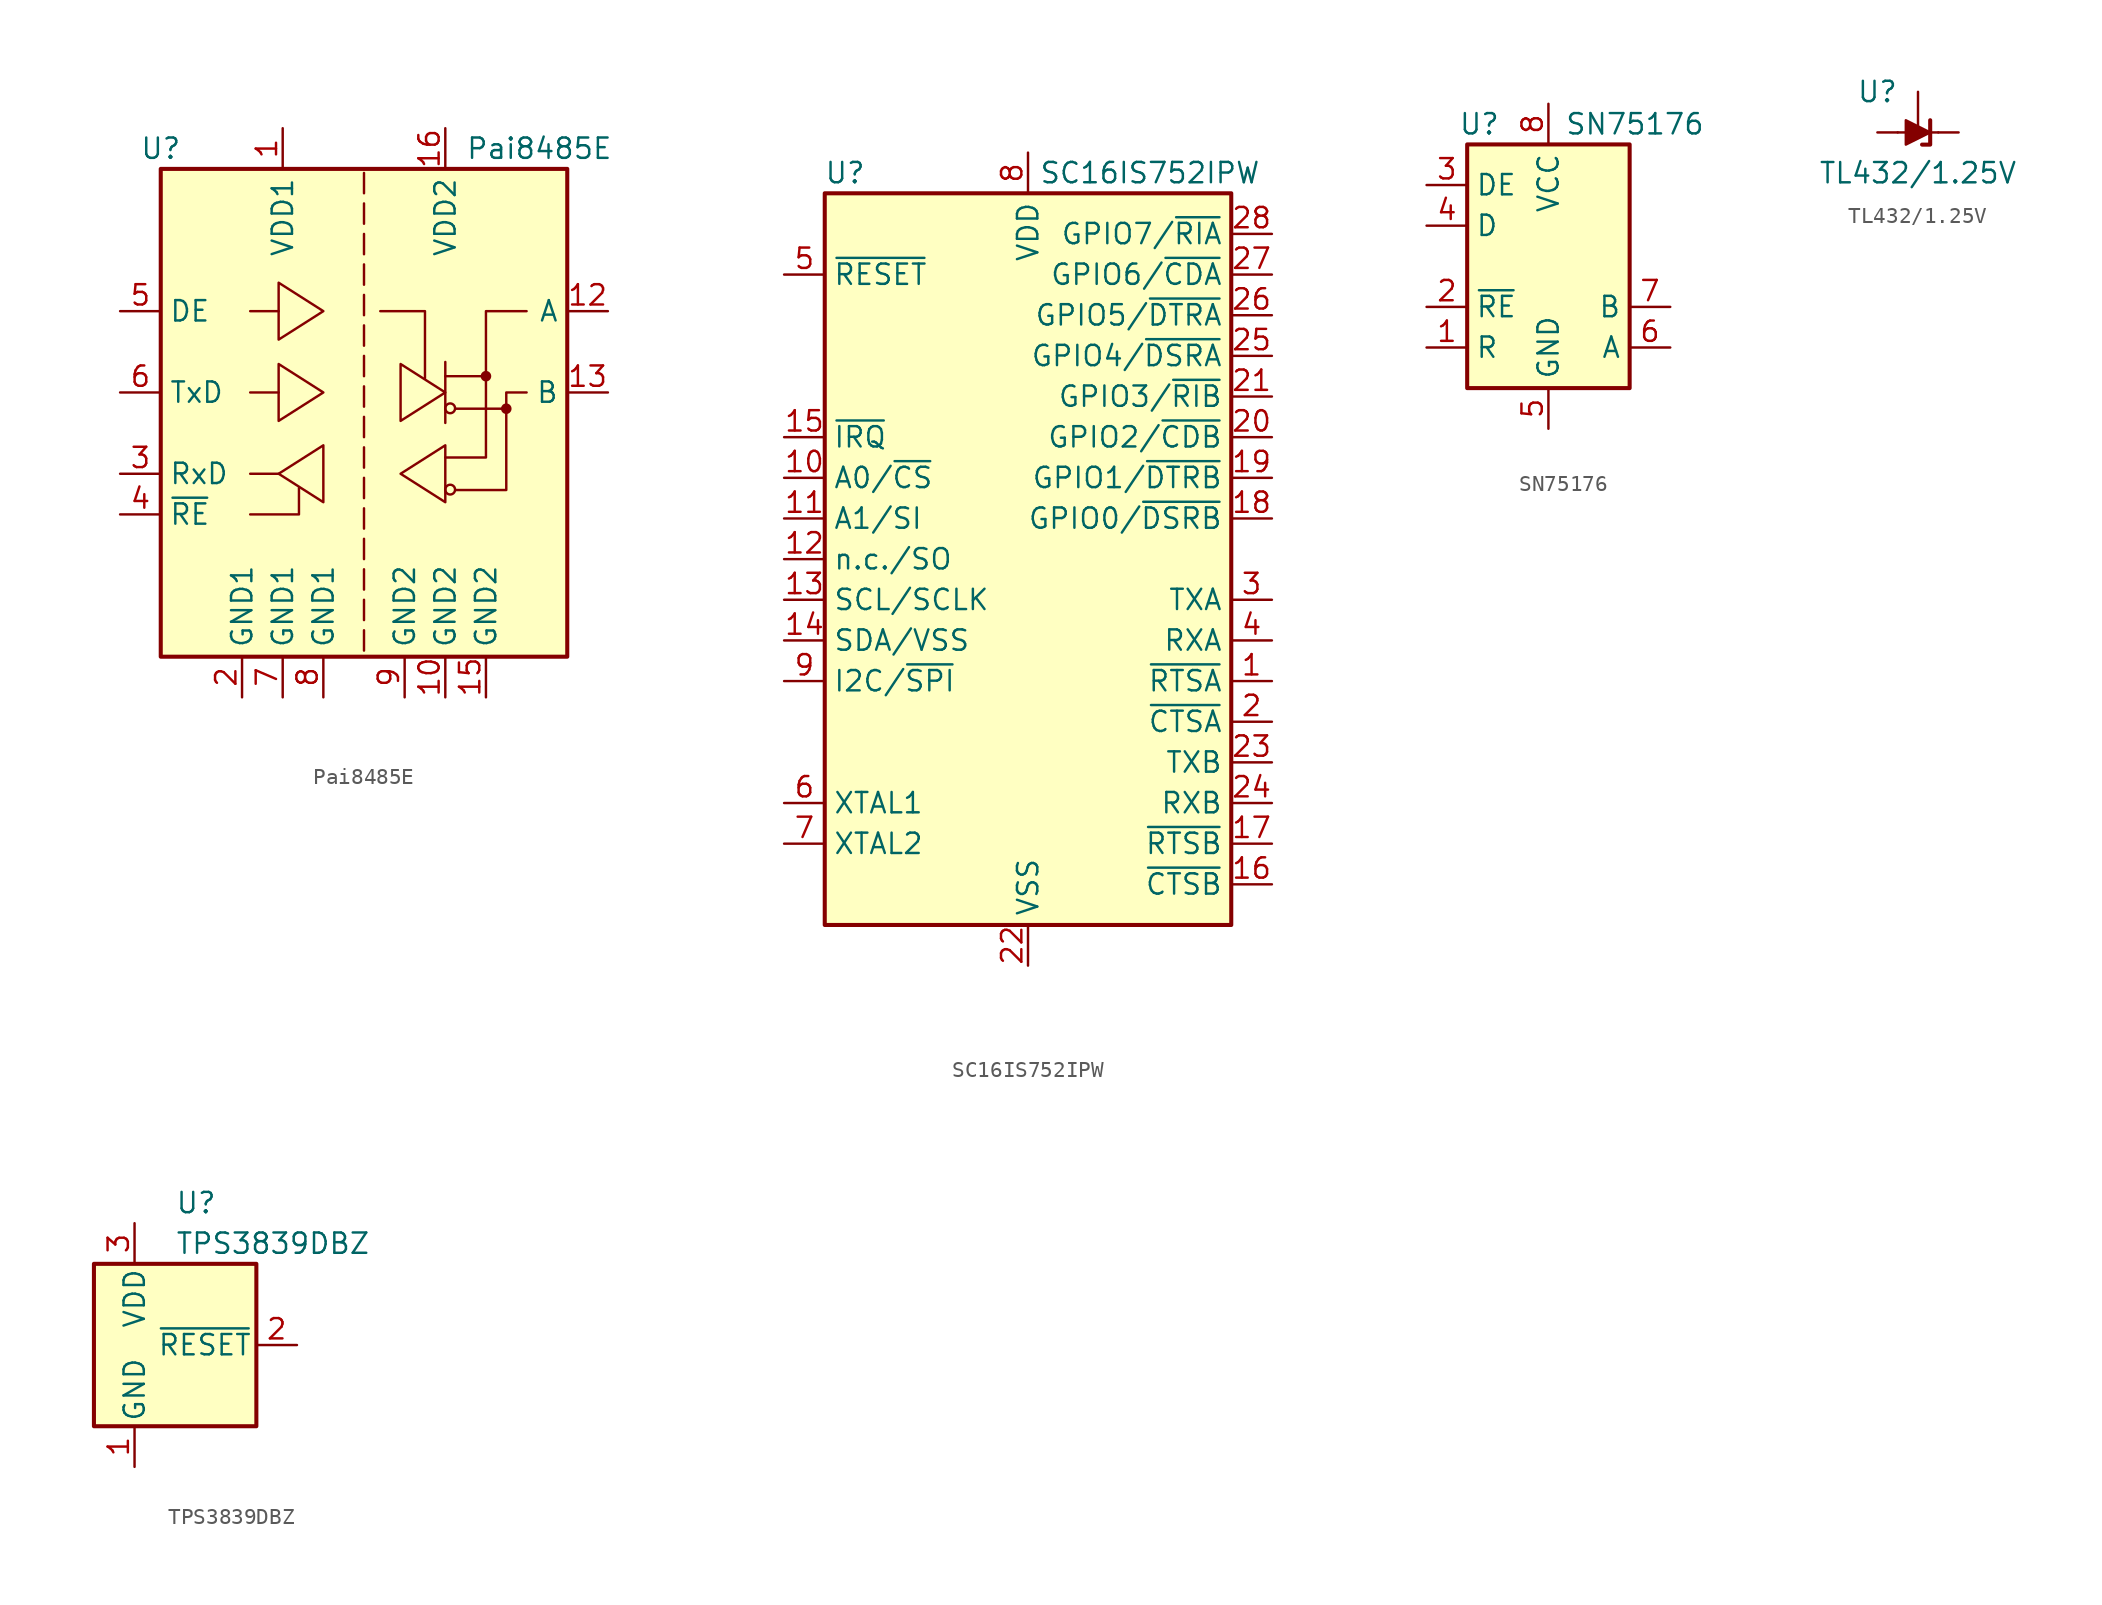
<source format=kicad_sym>
(kicad_symbol_lib
  (version 20241209)
  (generator "kicad_symbol_editor")
  (generator_version "9.0")
  (symbol "Pai8485E"
    (property "Reference" "U"
      (at -12.7 16.51 0)
      (effects (font (size 1.27 1.27))))
    (property "Value" "Pai8485E"
      (at 6.35 16.51 0)
      (effects (font (size 1.27 1.27)) (justify left)))
    (symbol "Pai8485E_0_0"
      (polyline (pts (xy 0 14.986) (xy 0 13.716)) (stroke (width 0) (type default)) (fill (type none)))
      (polyline (pts (xy 0 13.081) (xy 0 11.811)) (stroke (width 0) (type default)) (fill (type none)))
      (polyline (pts (xy 0 11.176) (xy 0 9.906)) (stroke (width 0) (type default)) (fill (type none)))
      (polyline (pts (xy 0 9.271) (xy 0 8.001)) (stroke (width 0) (type default)) (fill (type none)))
      (polyline (pts (xy 0 7.366) (xy 0 6.096)) (stroke (width 0) (type default)) (fill (type none)))
      (polyline (pts (xy 0 5.461) (xy 0 4.191)) (stroke (width 0) (type default)) (fill (type none)))
      (polyline (pts (xy 0 3.556) (xy 0 2.286)) (stroke (width 0) (type default)) (fill (type none)))
      (polyline (pts (xy 0 1.651) (xy 0 0.381)) (stroke (width 0) (type default)) (fill (type none)))
      (polyline (pts (xy 0 -0.254) (xy 0 -1.524)) (stroke (width 0) (type default)) (fill (type none)))
      (polyline (pts (xy 0 -2.159) (xy 0 -3.429)) (stroke (width 0) (type default)) (fill (type none)))
      (polyline (pts (xy 0 -4.064) (xy 0 -5.334)) (stroke (width 0) (type default)) (fill (type none)))
      (polyline (pts (xy 0 -5.969) (xy 0 -7.239)) (stroke (width 0) (type default)) (fill (type none)))
      (polyline (pts (xy 0 -7.874) (xy 0 -9.144)) (stroke (width 0) (type default)) (fill (type none)))
      (polyline (pts (xy 0 -9.779) (xy 0 -11.049)) (stroke (width 0) (type default)) (fill (type none)))
      (polyline (pts (xy 0 -11.684) (xy 0 -12.954)) (stroke (width 0) (type default)) (fill (type none)))
      (polyline (pts (xy 0 -13.589) (xy 0 -14.859)) (stroke (width 0) (type default)) (fill (type none))))
    (symbol "Pai8485E_0_1"
      (rectangle (start -12.7 15.24) (end 12.7 -15.24) (stroke (width 0.254) (type default)) (fill (type background)))
      (polyline (pts (xy -7.112 -6.35) (xy -4.064 -6.35) (xy -4.064 -4.699)) (stroke (width 0) (type default)) (fill (type none)))
      (polyline (pts (xy -5.334 6.35) (xy -7.112 6.35)) (stroke (width 0) (type default)) (fill (type none)))
      (polyline (pts (xy -5.334 1.27) (xy -7.112 1.27)) (stroke (width 0) (type default)) (fill (type none)))
      (polyline (pts (xy -5.334 -3.81) (xy -7.112 -3.81)) (stroke (width 0) (type default)) (fill (type none)))
      (polyline (pts (xy -5.334 -3.81) (xy -2.54 -2.032) (xy -2.54 -5.588) (xy -5.334 -3.81)) (stroke (width 0) (type default)) (fill (type none)))
      (polyline (pts (xy -2.54 6.35) (xy -5.334 8.128) (xy -5.334 4.572) (xy -2.54 6.35)) (stroke (width 0) (type default)) (fill (type none)))
      (polyline (pts (xy -2.54 1.27) (xy -5.334 3.048) (xy -5.334 -0.508) (xy -2.54 1.27)) (stroke (width 0) (type default)) (fill (type none)))
      (polyline (pts (xy 1.016 6.35) (xy 3.81 6.35) (xy 3.81 2.159)) (stroke (width 0) (type default)) (fill (type none)))
      (polyline (pts (xy 2.286 -3.81) (xy 5.08 -2.032) (xy 5.08 -5.588) (xy 2.286 -3.81)) (stroke (width 0) (type default)) (fill (type none)))
      (polyline (pts (xy 5.08 3.175) (xy 5.08 -0.635)) (stroke (width 0) (type default)) (fill (type none)))
      (polyline (pts (xy 5.08 2.286) (xy 7.62 2.286)) (stroke (width 0) (type default)) (fill (type none)))
      (polyline (pts (xy 5.08 1.27) (xy 2.286 3.048) (xy 2.286 -0.508) (xy 5.08 1.27)) (stroke (width 0) (type default)) (fill (type none)))
      (polyline (pts (xy 5.08 -2.794) (xy 7.62 -2.794) (xy 7.62 6.35) (xy 10.16 6.35)) (stroke (width 0) (type default)) (fill (type none)))
      (circle (center 5.385 0.279) (radius 0.305) (stroke (width 0) (type default)) (fill (type none)))
      (circle (center 5.385 -4.801) (radius 0.305) (stroke (width 0) (type default)) (fill (type none)))
      (polyline (pts (xy 5.715 0.254) (xy 8.89 0.254)) (stroke (width 0) (type default)) (fill (type none)))
      (polyline (pts (xy 5.715 -4.826) (xy 8.89 -4.826) (xy 8.89 1.27) (xy 10.16 1.27)) (stroke (width 0) (type default)) (fill (type none)))
      (circle (center 7.62 2.286) (radius 0.254) (stroke (width 0) (type default)) (fill (type outline)))
      (circle (center 8.89 0.254) (radius 0.254) (stroke (width 0) (type default)) (fill (type outline))))
    (symbol "Pai8485E_1_1"
      (pin input line (at -15.24 6.35 0) (length 2.54) (name "DE" (effects (font (size 1.27 1.27)))) (number "5" (effects (font (size 1.27 1.27)))))
      (pin input line (at -15.24 1.27 0) (length 2.54) (name "TxD" (effects (font (size 1.27 1.27)))) (number "6" (effects (font (size 1.27 1.27)))))
      (pin output line (at -15.24 -3.81 0) (length 2.54) (name "RxD" (effects (font (size 1.27 1.27)))) (number "3" (effects (font (size 1.27 1.27)))))
      (pin input line (at -15.24 -6.35 0) (length 2.54) (name "~{RE}" (effects (font (size 1.27 1.27)))) (number "4" (effects (font (size 1.27 1.27)))))
      (pin power_in line (at -7.62 -17.78 90) (length 2.54) (name "GND1" (effects (font (size 1.27 1.27)))) (number "2" (effects (font (size 1.27 1.27)))))
      (pin power_in line (at -5.08 17.78 270) (length 2.54) (name "VDD1" (effects (font (size 1.27 1.27)))) (number "1" (effects (font (size 1.27 1.27)))))
      (pin passive line (at -5.08 -17.78 90) (length 2.54) (name "GND1" (effects (font (size 1.27 1.27)))) (number "7" (effects (font (size 1.27 1.27)))))
      (pin passive line (at -2.54 -17.78 90) (length 2.54) (name "GND1" (effects (font (size 1.27 1.27)))) (number "8" (effects (font (size 1.27 1.27)))))
      (pin passive line (at 2.54 -17.78 90) (length 2.54) (name "GND2" (effects (font (size 1.27 1.27)))) (number "9" (effects (font (size 1.27 1.27)))))
      (pin power_in line (at 5.08 17.78 270) (length 2.54) (name "VDD2" (effects (font (size 1.27 1.27)))) (number "16" (effects (font (size 1.27 1.27)))))
      (pin passive line (at 5.08 -17.78 90) (length 2.54) (name "GND2" (effects (font (size 1.27 1.27)))) (number "10" (effects (font (size 1.27 1.27)))))
      (pin power_in line (at 7.62 -17.78 90) (length 2.54) (name "GND2" (effects (font (size 1.27 1.27)))) (number "15" (effects (font (size 1.27 1.27)))))
      (pin bidirectional line (at 15.24 6.35 180) (length 2.54) (name "A" (effects (font (size 1.27 1.27)))) (number "12" (effects (font (size 1.27 1.27)))))
      (pin bidirectional line (at 15.24 1.27 180) (length 2.54) (name "B" (effects (font (size 1.27 1.27)))) (number "13" (effects (font (size 1.27 1.27)))))))
  (symbol "SC16IS752IPW"
    (property "Reference" "U"
      (at -11.43 24.13 0)
      (effects (font (size 1.27 1.27))))
    (property "Value" "SC16IS752IPW"
      (at 7.62 24.13 0)
      (effects (font (size 1.27 1.27))))
    (symbol "SC16IS752IPW_0_1"
      (rectangle (start -12.7 22.86) (end 12.7 -22.86) (stroke (width 0.254) (type default)) (fill (type background))))
    (symbol "SC16IS752IPW_1_1"
      (pin input line (at -15.24 17.78 0) (length 2.54) (name "~{RESET}" (effects (font (size 1.27 1.27)))) (number "5" (effects (font (size 1.27 1.27)))))
      (pin open_collector line (at -15.24 7.62 0) (length 2.54) (name "~{IRQ}" (effects (font (size 1.27 1.27)))) (number "15" (effects (font (size 1.27 1.27)))))
      (pin input line (at -15.24 5.08 0) (length 2.54) (name "A0/~{CS}" (effects (font (size 1.27 1.27)))) (number "10" (effects (font (size 1.27 1.27)))))
      (pin input line (at -15.24 2.54 0) (length 2.54) (name "A1/SI" (effects (font (size 1.27 1.27)))) (number "11" (effects (font (size 1.27 1.27)))))
      (pin output line (at -15.24 0 0) (length 2.54) (name "n.c./SO" (effects (font (size 1.27 1.27)))) (number "12" (effects (font (size 1.27 1.27)))))
      (pin input line (at -15.24 -2.54 0) (length 2.54) (name "SCL/SCLK" (effects (font (size 1.27 1.27)))) (number "13" (effects (font (size 1.27 1.27)))))
      (pin bidirectional line (at -15.24 -5.08 0) (length 2.54) (name "SDA/VSS" (effects (font (size 1.27 1.27)))) (number "14" (effects (font (size 1.27 1.27)))))
      (pin input line (at -15.24 -7.62 0) (length 2.54) (name "I2C/~{SPI}" (effects (font (size 1.27 1.27)))) (number "9" (effects (font (size 1.27 1.27)))))
      (pin input line (at -15.24 -15.24 0) (length 2.54) (name "XTAL1" (effects (font (size 1.27 1.27)))) (number "6" (effects (font (size 1.27 1.27)))))
      (pin output line (at -15.24 -17.78 0) (length 2.54) (name "XTAL2" (effects (font (size 1.27 1.27)))) (number "7" (effects (font (size 1.27 1.27)))))
      (pin power_in line (at 0 25.4 270) (length 2.54) (name "VDD" (effects (font (size 1.27 1.27)))) (number "8" (effects (font (size 1.27 1.27)))))
      (pin power_in line (at 0 -25.4 90) (length 2.54) (name "VSS" (effects (font (size 1.27 1.27)))) (number "22" (effects (font (size 1.27 1.27)))))
      (pin bidirectional line (at 15.24 20.32 180) (length 2.54) (name "GPIO7/~{RIA}" (effects (font (size 1.27 1.27)))) (number "28" (effects (font (size 1.27 1.27)))))
      (pin bidirectional line (at 15.24 17.78 180) (length 2.54) (name "GPIO6/~{CDA}" (effects (font (size 1.27 1.27)))) (number "27" (effects (font (size 1.27 1.27)))))
      (pin bidirectional line (at 15.24 15.24 180) (length 2.54) (name "GPIO5/~{DTRA}" (effects (font (size 1.27 1.27)))) (number "26" (effects (font (size 1.27 1.27)))))
      (pin bidirectional line (at 15.24 12.7 180) (length 2.54) (name "GPIO4/~{DSRA}" (effects (font (size 1.27 1.27)))) (number "25" (effects (font (size 1.27 1.27)))))
      (pin bidirectional line (at 15.24 10.16 180) (length 2.54) (name "GPIO3/~{RIB}" (effects (font (size 1.27 1.27)))) (number "21" (effects (font (size 1.27 1.27)))))
      (pin bidirectional line (at 15.24 7.62 180) (length 2.54) (name "GPIO2/~{CDB}" (effects (font (size 1.27 1.27)))) (number "20" (effects (font (size 1.27 1.27)))))
      (pin bidirectional line (at 15.24 5.08 180) (length 2.54) (name "GPIO1/~{DTRB}" (effects (font (size 1.27 1.27)))) (number "19" (effects (font (size 1.27 1.27)))))
      (pin bidirectional line (at 15.24 2.54 180) (length 2.54) (name "GPIO0/~{DSRB}" (effects (font (size 1.27 1.27)))) (number "18" (effects (font (size 1.27 1.27)))))
      (pin output line (at 15.24 -2.54 180) (length 2.54) (name "TXA" (effects (font (size 1.27 1.27)))) (number "3" (effects (font (size 1.27 1.27)))))
      (pin input line (at 15.24 -5.08 180) (length 2.54) (name "RXA" (effects (font (size 1.27 1.27)))) (number "4" (effects (font (size 1.27 1.27)))))
      (pin output line (at 15.24 -7.62 180) (length 2.54) (name "~{RTSA}" (effects (font (size 1.27 1.27)))) (number "1" (effects (font (size 1.27 1.27)))))
      (pin input line (at 15.24 -10.16 180) (length 2.54) (name "~{CTSA}" (effects (font (size 1.27 1.27)))) (number "2" (effects (font (size 1.27 1.27)))))
      (pin output line (at 15.24 -12.7 180) (length 2.54) (name "TXB" (effects (font (size 1.27 1.27)))) (number "23" (effects (font (size 1.27 1.27)))))
      (pin input line (at 15.24 -15.24 180) (length 2.54) (name "RXB" (effects (font (size 1.27 1.27)))) (number "24" (effects (font (size 1.27 1.27)))))
      (pin output line (at 15.24 -17.78 180) (length 2.54) (name "~{RTSB}" (effects (font (size 1.27 1.27)))) (number "17" (effects (font (size 1.27 1.27)))))
      (pin input line (at 15.24 -20.32 180) (length 2.54) (name "~{CTSB}" (effects (font (size 1.27 1.27)))) (number "16" (effects (font (size 1.27 1.27)))))))
  (symbol "SN75176"
    (property "Reference" "U"
      (at -4.318 8.89 0)
      (effects (font (size 1.27 1.27))))
    (property "Value" "SN75176"
      (at 1.016 8.89 0)
      (effects (font (size 1.27 1.27)) (justify left)))
    (symbol "SN75176_0_1"
      (rectangle (start -5.08 7.62) (end 5.08 -7.62) (stroke (width 0.254) (type default)) (fill (type background))))
    (symbol "SN75176_1_1"
      (pin input line (at -7.62 5.08 0) (length 2.54) (name "DE" (effects (font (size 1.27 1.27)))) (number "3" (effects (font (size 1.27 1.27)))))
      (pin input line (at -7.62 2.54 0) (length 2.54) (name "D" (effects (font (size 1.27 1.27)))) (number "4" (effects (font (size 1.27 1.27)))))
      (pin input line (at -7.62 -2.54 0) (length 2.54) (name "~{RE}" (effects (font (size 1.27 1.27)))) (number "2" (effects (font (size 1.27 1.27)))))
      (pin output line (at -7.62 -5.08 0) (length 2.54) (name "R" (effects (font (size 1.27 1.27)))) (number "1" (effects (font (size 1.27 1.27)))))
      (pin power_in line (at 0 10.16 270) (length 2.54) (name "VCC" (effects (font (size 1.27 1.27)))) (number "8" (effects (font (size 1.27 1.27)))))
      (pin power_in line (at 0 -10.16 90) (length 2.54) (name "GND" (effects (font (size 1.27 1.27)))) (number "5" (effects (font (size 1.27 1.27)))))
      (pin bidirectional line (at 7.62 -2.54 180) (length 2.54) (name "B" (effects (font (size 1.27 1.27)))) (number "7" (effects (font (size 1.27 1.27)))))
      (pin bidirectional line (at 7.62 -5.08 180) (length 2.54) (name "A" (effects (font (size 1.27 1.27)))) (number "6" (effects (font (size 1.27 1.27)))))))
  (symbol "TL432/1.25V"
    (pin_numbers
      (hide yes))
    (pin_names
      (hide yes))
    (property "Reference" "U"
      (at -2.54 2.54 0)
      (effects (font (size 1.27 1.27))))
    (property "Value" "TL432/1.25V"
      (at 0 -2.54 0)
      (effects (font (size 1.27 1.27))))
    (symbol "TL432/1.25V_0_1"
      (polyline (pts (xy -1.27 0) (xy 0 0) (xy 1.27 0)) (stroke (width 0) (type default)) (fill (type none)))
      (polyline (pts (xy -0.762 -0.762) (xy -0.762 0.762) (xy 0.762 0) (xy -0.762 -0.762)) (stroke (width 0) (type default)) (fill (type outline)))
      (polyline (pts (xy 0.254 -0.762) (xy 0.762 -0.762) (xy 0.762 0.762) (xy 0.762 0.762)) (stroke (width 0.254) (type default)) (fill (type none))))
    (symbol "TL432/1.25V_1_1"
      (pin passive line (at -2.54 0 0) (length 1.27) (name "A" (effects (font (size 1.27 1.27)))) (number "3" (effects (font (size 1.27 1.27)))))
      (pin passive line (at 0 2.54 270) (length 2.54) (name "REF" (effects (font (size 1.27 1.27)))) (number "1" (effects (font (size 1.27 1.27)))))
      (pin passive line (at 2.54 0 180) (length 1.27) (name "K" (effects (font (size 1.27 1.27)))) (number "2" (effects (font (size 1.27 1.27)))))))
  (symbol "TPS3839DBZ"
    (pin_names
      (offset 0.254))
    (property "Reference" "U"
      (at 2.54 8.89 0)
      (effects (font (size 1.27 1.27)) (justify left)))
    (property "Value" "TPS3839DBZ"
      (at 2.54 6.35 0)
      (effects (font (size 1.27 1.27)) (justify left)))
    (symbol "TPS3839DBZ_0_1"
      (rectangle (start -2.54 5.08) (end 7.62 -5.08) (stroke (width 0.254) (type default)) (fill (type background))))
    (symbol "TPS3839DBZ_1_1"
      (pin power_in line (at 0 7.62 270) (length 2.54) (name "VDD" (effects (font (size 1.27 1.27)))) (number "3" (effects (font (size 1.27 1.27)))))
      (pin power_in line (at 0 -7.62 90) (length 2.54) (name "GND" (effects (font (size 1.27 1.27)))) (number "1" (effects (font (size 1.27 1.27)))))
      (pin output line (at 10.16 0 180) (length 2.54) (name "~{RESET}" (effects (font (size 1.27 1.27)))) (number "2" (effects (font (size 1.27 1.27))))))))
</source>
